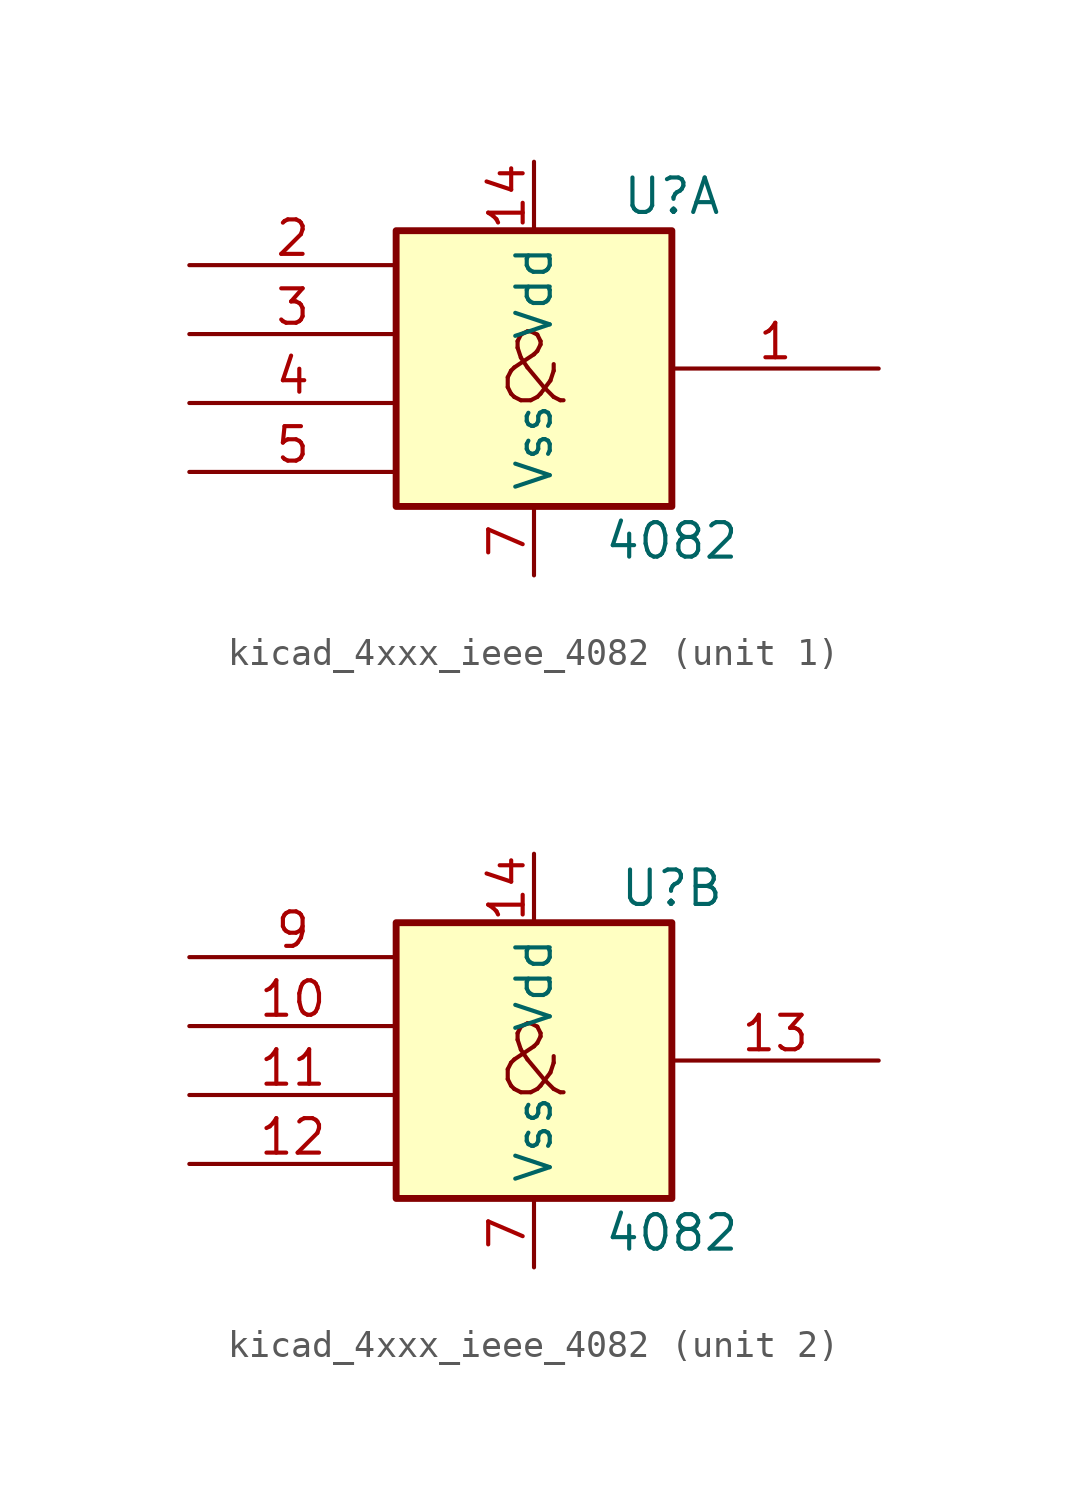
<source format=kicad_sym>
(kicad_symbol_lib
  (version 20220914)
  (generator kicad_symbol_editor)
  (symbol "kicad_4xxx_ieee_4082"
    (property "Reference" "U"
      (at 5.08 6.35 0)
      (effects (font (size 1.27 1.27))))
    (property "Value" "4082"
      (at 5.08 -6.35 0)
      (effects (font (size 1.27 1.27))))
    (symbol "kicad_4xxx_ieee_4082_0_0"
      (text "&" (at 0 0 0) (effects (font (size 2.54 2.54))))
      (pin power_in line (at 0 7.62 270) (length 2.54) (name "Vdd" (effects (font (size 1.27 1.27)))) (number "14" (effects (font (size 1.27 1.27)))))
      (pin power_in line (at 0 -7.62 90) (length 2.54) (name "Vss" (effects (font (size 1.27 1.27)))) (number "7" (effects (font (size 1.27 1.27))))))
    (symbol "kicad_4xxx_ieee_4082_0_1"
      (rectangle (start -5.08 5.08) (end 5.08 -5.08) (stroke (width 0.254) (type default)) (fill (type background))))
    (symbol "kicad_4xxx_ieee_4082_1_1"
      (pin output line (at 12.7 0 180) (length 7.62) (name "~" (effects (font (size 1.27 1.27)))) (number "1" (effects (font (size 1.27 1.27)))))
      (pin input line (at -12.7 3.81 0) (length 7.62) (name "~" (effects (font (size 1.27 1.27)))) (number "2" (effects (font (size 1.27 1.27)))))
      (pin input line (at -12.7 1.27 0) (length 7.62) (name "~" (effects (font (size 1.27 1.27)))) (number "3" (effects (font (size 1.27 1.27)))))
      (pin input line (at -12.7 -1.27 0) (length 7.62) (name "~" (effects (font (size 1.27 1.27)))) (number "4" (effects (font (size 1.27 1.27)))))
      (pin input line (at -12.7 -3.81 0) (length 7.62) (name "~" (effects (font (size 1.27 1.27)))) (number "5" (effects (font (size 1.27 1.27))))))
    (symbol "kicad_4xxx_ieee_4082_2_1"
      (pin input line (at -12.7 1.27 0) (length 7.62) (name "~" (effects (font (size 1.27 1.27)))) (number "10" (effects (font (size 1.27 1.27)))))
      (pin input line (at -12.7 -1.27 0) (length 7.62) (name "~" (effects (font (size 1.27 1.27)))) (number "11" (effects (font (size 1.27 1.27)))))
      (pin input line (at -12.7 -3.81 0) (length 7.62) (name "~" (effects (font (size 1.27 1.27)))) (number "12" (effects (font (size 1.27 1.27)))))
      (pin output line (at 12.7 0 180) (length 7.62) (name "~" (effects (font (size 1.27 1.27)))) (number "13" (effects (font (size 1.27 1.27)))))
      (pin input line (at -12.7 3.81 0) (length 7.62) (name "~" (effects (font (size 1.27 1.27)))) (number "9" (effects (font (size 1.27 1.27))))))))
</source>
